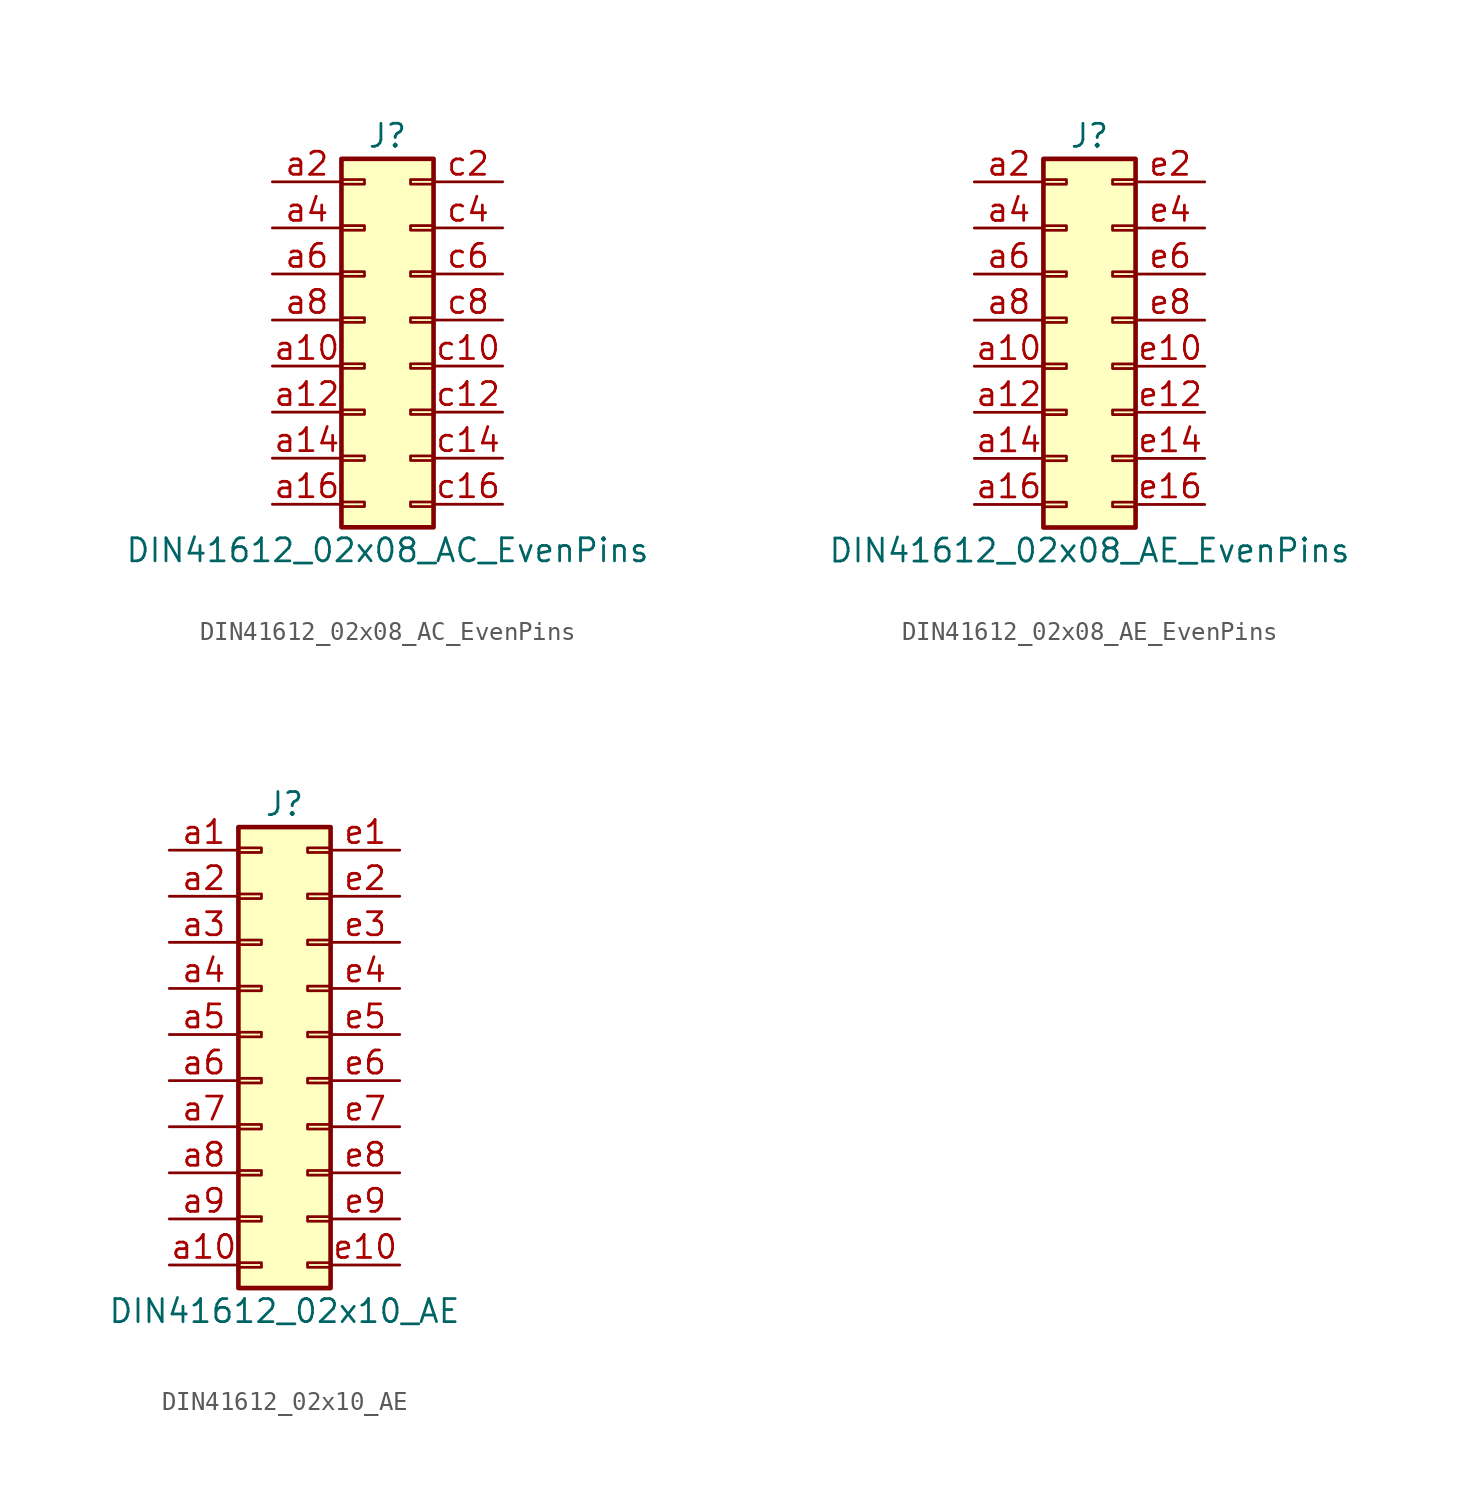
<source format=kicad_sym>
(kicad_symbol_lib
  (version 20211014)
  (generator kicad_symbol_editor)
  (symbol "DIN41612_02x08_AC_EvenPins"
    (pin_names
      (offset 1.016) hide)
    (property "Reference" "J"
      (at 1.27 10.16 0)
      (effects (font (size 1.27 1.27))))
    (property "Value" "DIN41612_02x08_AC_EvenPins"
      (at 1.27 -12.7 0)
      (effects (font (size 1.27 1.27))))
    (symbol "DIN41612_02x08_AC_EvenPins_1_1"
      (rectangle (start -1.27 -10.033) (end 0 -10.287) (stroke (width 0.152) (type default) (color 0 0 0 0)) (fill (type none)))
      (rectangle (start -1.27 -7.493) (end 0 -7.747) (stroke (width 0.152) (type default) (color 0 0 0 0)) (fill (type none)))
      (rectangle (start -1.27 -4.953) (end 0 -5.207) (stroke (width 0.152) (type default) (color 0 0 0 0)) (fill (type none)))
      (rectangle (start -1.27 -2.413) (end 0 -2.667) (stroke (width 0.152) (type default) (color 0 0 0 0)) (fill (type none)))
      (rectangle (start -1.27 0.127) (end 0 -0.127) (stroke (width 0.152) (type default) (color 0 0 0 0)) (fill (type none)))
      (rectangle (start -1.27 2.667) (end 0 2.413) (stroke (width 0.152) (type default) (color 0 0 0 0)) (fill (type none)))
      (rectangle (start -1.27 5.207) (end 0 4.953) (stroke (width 0.152) (type default) (color 0 0 0 0)) (fill (type none)))
      (rectangle (start -1.27 7.747) (end 0 7.493) (stroke (width 0.152) (type default) (color 0 0 0 0)) (fill (type none)))
      (rectangle (start -1.27 8.89) (end 3.81 -11.43) (stroke (width 0.254) (type default) (color 0 0 0 0)) (fill (type background)))
      (rectangle (start 3.81 -10.033) (end 2.54 -10.287) (stroke (width 0.152) (type default) (color 0 0 0 0)) (fill (type none)))
      (rectangle (start 3.81 -7.493) (end 2.54 -7.747) (stroke (width 0.152) (type default) (color 0 0 0 0)) (fill (type none)))
      (rectangle (start 3.81 -4.953) (end 2.54 -5.207) (stroke (width 0.152) (type default) (color 0 0 0 0)) (fill (type none)))
      (rectangle (start 3.81 -2.413) (end 2.54 -2.667) (stroke (width 0.152) (type default) (color 0 0 0 0)) (fill (type none)))
      (rectangle (start 3.81 0.127) (end 2.54 -0.127) (stroke (width 0.152) (type default) (color 0 0 0 0)) (fill (type none)))
      (rectangle (start 3.81 2.667) (end 2.54 2.413) (stroke (width 0.152) (type default) (color 0 0 0 0)) (fill (type none)))
      (rectangle (start 3.81 5.207) (end 2.54 4.953) (stroke (width 0.152) (type default) (color 0 0 0 0)) (fill (type none)))
      (rectangle (start 3.81 7.747) (end 2.54 7.493) (stroke (width 0.152) (type default) (color 0 0 0 0)) (fill (type none)))
      (pin passive line (at -5.08 -2.54 0) (length 3.81) (name "Pin_a10" (effects (font (size 1.27 1.27)))) (number "a10" (effects (font (size 1.27 1.27)))))
      (pin passive line (at -5.08 -5.08 0) (length 3.81) (name "Pin_a12" (effects (font (size 1.27 1.27)))) (number "a12" (effects (font (size 1.27 1.27)))))
      (pin passive line (at -5.08 -7.62 0) (length 3.81) (name "Pin_a14" (effects (font (size 1.27 1.27)))) (number "a14" (effects (font (size 1.27 1.27)))))
      (pin passive line (at -5.08 -10.16 0) (length 3.81) (name "Pin_a16" (effects (font (size 1.27 1.27)))) (number "a16" (effects (font (size 1.27 1.27)))))
      (pin passive line (at -5.08 7.62 0) (length 3.81) (name "Pin_a2" (effects (font (size 1.27 1.27)))) (number "a2" (effects (font (size 1.27 1.27)))))
      (pin passive line (at -5.08 5.08 0) (length 3.81) (name "Pin_a4" (effects (font (size 1.27 1.27)))) (number "a4" (effects (font (size 1.27 1.27)))))
      (pin passive line (at -5.08 2.54 0) (length 3.81) (name "Pin_a6" (effects (font (size 1.27 1.27)))) (number "a6" (effects (font (size 1.27 1.27)))))
      (pin passive line (at -5.08 0 0) (length 3.81) (name "Pin_a8" (effects (font (size 1.27 1.27)))) (number "a8" (effects (font (size 1.27 1.27)))))
      (pin passive line (at 7.62 -2.54 180) (length 3.81) (name "Pin_c10" (effects (font (size 1.27 1.27)))) (number "c10" (effects (font (size 1.27 1.27)))))
      (pin passive line (at 7.62 -5.08 180) (length 3.81) (name "Pin_c12" (effects (font (size 1.27 1.27)))) (number "c12" (effects (font (size 1.27 1.27)))))
      (pin passive line (at 7.62 -7.62 180) (length 3.81) (name "Pin_c14" (effects (font (size 1.27 1.27)))) (number "c14" (effects (font (size 1.27 1.27)))))
      (pin passive line (at 7.62 -10.16 180) (length 3.81) (name "Pin_c16" (effects (font (size 1.27 1.27)))) (number "c16" (effects (font (size 1.27 1.27)))))
      (pin passive line (at 7.62 7.62 180) (length 3.81) (name "Pin_c2" (effects (font (size 1.27 1.27)))) (number "c2" (effects (font (size 1.27 1.27)))))
      (pin passive line (at 7.62 5.08 180) (length 3.81) (name "Pin_c4" (effects (font (size 1.27 1.27)))) (number "c4" (effects (font (size 1.27 1.27)))))
      (pin passive line (at 7.62 2.54 180) (length 3.81) (name "Pin_c6" (effects (font (size 1.27 1.27)))) (number "c6" (effects (font (size 1.27 1.27)))))
      (pin passive line (at 7.62 0 180) (length 3.81) (name "Pin_c8" (effects (font (size 1.27 1.27)))) (number "c8" (effects (font (size 1.27 1.27)))))))
  (symbol "DIN41612_02x08_AE_EvenPins"
    (pin_names
      (offset 1.016) hide)
    (property "Reference" "J"
      (at 1.27 10.16 0)
      (effects (font (size 1.27 1.27))))
    (property "Value" "DIN41612_02x08_AE_EvenPins"
      (at 1.27 -12.7 0)
      (effects (font (size 1.27 1.27))))
    (symbol "DIN41612_02x08_AE_EvenPins_1_1"
      (rectangle (start -1.27 -10.033) (end 0 -10.287) (stroke (width 0.152) (type default) (color 0 0 0 0)) (fill (type none)))
      (rectangle (start -1.27 -7.493) (end 0 -7.747) (stroke (width 0.152) (type default) (color 0 0 0 0)) (fill (type none)))
      (rectangle (start -1.27 -4.953) (end 0 -5.207) (stroke (width 0.152) (type default) (color 0 0 0 0)) (fill (type none)))
      (rectangle (start -1.27 -2.413) (end 0 -2.667) (stroke (width 0.152) (type default) (color 0 0 0 0)) (fill (type none)))
      (rectangle (start -1.27 0.127) (end 0 -0.127) (stroke (width 0.152) (type default) (color 0 0 0 0)) (fill (type none)))
      (rectangle (start -1.27 2.667) (end 0 2.413) (stroke (width 0.152) (type default) (color 0 0 0 0)) (fill (type none)))
      (rectangle (start -1.27 5.207) (end 0 4.953) (stroke (width 0.152) (type default) (color 0 0 0 0)) (fill (type none)))
      (rectangle (start -1.27 7.747) (end 0 7.493) (stroke (width 0.152) (type default) (color 0 0 0 0)) (fill (type none)))
      (rectangle (start -1.27 8.89) (end 3.81 -11.43) (stroke (width 0.254) (type default) (color 0 0 0 0)) (fill (type background)))
      (rectangle (start 3.81 -10.033) (end 2.54 -10.287) (stroke (width 0.152) (type default) (color 0 0 0 0)) (fill (type none)))
      (rectangle (start 3.81 -7.493) (end 2.54 -7.747) (stroke (width 0.152) (type default) (color 0 0 0 0)) (fill (type none)))
      (rectangle (start 3.81 -4.953) (end 2.54 -5.207) (stroke (width 0.152) (type default) (color 0 0 0 0)) (fill (type none)))
      (rectangle (start 3.81 -2.413) (end 2.54 -2.667) (stroke (width 0.152) (type default) (color 0 0 0 0)) (fill (type none)))
      (rectangle (start 3.81 0.127) (end 2.54 -0.127) (stroke (width 0.152) (type default) (color 0 0 0 0)) (fill (type none)))
      (rectangle (start 3.81 2.667) (end 2.54 2.413) (stroke (width 0.152) (type default) (color 0 0 0 0)) (fill (type none)))
      (rectangle (start 3.81 5.207) (end 2.54 4.953) (stroke (width 0.152) (type default) (color 0 0 0 0)) (fill (type none)))
      (rectangle (start 3.81 7.747) (end 2.54 7.493) (stroke (width 0.152) (type default) (color 0 0 0 0)) (fill (type none)))
      (pin passive line (at -5.08 -2.54 0) (length 3.81) (name "Pin_a10" (effects (font (size 1.27 1.27)))) (number "a10" (effects (font (size 1.27 1.27)))))
      (pin passive line (at -5.08 -5.08 0) (length 3.81) (name "Pin_a12" (effects (font (size 1.27 1.27)))) (number "a12" (effects (font (size 1.27 1.27)))))
      (pin passive line (at -5.08 -7.62 0) (length 3.81) (name "Pin_a14" (effects (font (size 1.27 1.27)))) (number "a14" (effects (font (size 1.27 1.27)))))
      (pin passive line (at -5.08 -10.16 0) (length 3.81) (name "Pin_a16" (effects (font (size 1.27 1.27)))) (number "a16" (effects (font (size 1.27 1.27)))))
      (pin passive line (at -5.08 7.62 0) (length 3.81) (name "Pin_a2" (effects (font (size 1.27 1.27)))) (number "a2" (effects (font (size 1.27 1.27)))))
      (pin passive line (at -5.08 5.08 0) (length 3.81) (name "Pin_a4" (effects (font (size 1.27 1.27)))) (number "a4" (effects (font (size 1.27 1.27)))))
      (pin passive line (at -5.08 2.54 0) (length 3.81) (name "Pin_a6" (effects (font (size 1.27 1.27)))) (number "a6" (effects (font (size 1.27 1.27)))))
      (pin passive line (at -5.08 0 0) (length 3.81) (name "Pin_a8" (effects (font (size 1.27 1.27)))) (number "a8" (effects (font (size 1.27 1.27)))))
      (pin passive line (at 7.62 -2.54 180) (length 3.81) (name "Pin_e10" (effects (font (size 1.27 1.27)))) (number "e10" (effects (font (size 1.27 1.27)))))
      (pin passive line (at 7.62 -5.08 180) (length 3.81) (name "Pin_e12" (effects (font (size 1.27 1.27)))) (number "e12" (effects (font (size 1.27 1.27)))))
      (pin passive line (at 7.62 -7.62 180) (length 3.81) (name "Pin_e14" (effects (font (size 1.27 1.27)))) (number "e14" (effects (font (size 1.27 1.27)))))
      (pin passive line (at 7.62 -10.16 180) (length 3.81) (name "Pin_e16" (effects (font (size 1.27 1.27)))) (number "e16" (effects (font (size 1.27 1.27)))))
      (pin passive line (at 7.62 7.62 180) (length 3.81) (name "Pin_e2" (effects (font (size 1.27 1.27)))) (number "e2" (effects (font (size 1.27 1.27)))))
      (pin passive line (at 7.62 5.08 180) (length 3.81) (name "Pin_e4" (effects (font (size 1.27 1.27)))) (number "e4" (effects (font (size 1.27 1.27)))))
      (pin passive line (at 7.62 2.54 180) (length 3.81) (name "Pin_e6" (effects (font (size 1.27 1.27)))) (number "e6" (effects (font (size 1.27 1.27)))))
      (pin passive line (at 7.62 0 180) (length 3.81) (name "Pin_e8" (effects (font (size 1.27 1.27)))) (number "e8" (effects (font (size 1.27 1.27)))))))
  (symbol "DIN41612_02x10_AE"
    (pin_names
      (offset 1.016) hide)
    (property "Reference" "J"
      (at 1.27 12.7 0)
      (effects (font (size 1.27 1.27))))
    (property "Value" "DIN41612_02x10_AE"
      (at 1.27 -15.24 0)
      (effects (font (size 1.27 1.27))))
    (symbol "DIN41612_02x10_AE_1_1"
      (rectangle (start -1.27 -12.573) (end 0 -12.827) (stroke (width 0.152) (type default) (color 0 0 0 0)) (fill (type none)))
      (rectangle (start -1.27 -10.033) (end 0 -10.287) (stroke (width 0.152) (type default) (color 0 0 0 0)) (fill (type none)))
      (rectangle (start -1.27 -7.493) (end 0 -7.747) (stroke (width 0.152) (type default) (color 0 0 0 0)) (fill (type none)))
      (rectangle (start -1.27 -4.953) (end 0 -5.207) (stroke (width 0.152) (type default) (color 0 0 0 0)) (fill (type none)))
      (rectangle (start -1.27 -2.413) (end 0 -2.667) (stroke (width 0.152) (type default) (color 0 0 0 0)) (fill (type none)))
      (rectangle (start -1.27 0.127) (end 0 -0.127) (stroke (width 0.152) (type default) (color 0 0 0 0)) (fill (type none)))
      (rectangle (start -1.27 2.667) (end 0 2.413) (stroke (width 0.152) (type default) (color 0 0 0 0)) (fill (type none)))
      (rectangle (start -1.27 5.207) (end 0 4.953) (stroke (width 0.152) (type default) (color 0 0 0 0)) (fill (type none)))
      (rectangle (start -1.27 7.747) (end 0 7.493) (stroke (width 0.152) (type default) (color 0 0 0 0)) (fill (type none)))
      (rectangle (start -1.27 10.287) (end 0 10.033) (stroke (width 0.152) (type default) (color 0 0 0 0)) (fill (type none)))
      (rectangle (start -1.27 11.43) (end 3.81 -13.97) (stroke (width 0.254) (type default) (color 0 0 0 0)) (fill (type background)))
      (rectangle (start 3.81 -12.573) (end 2.54 -12.827) (stroke (width 0.152) (type default) (color 0 0 0 0)) (fill (type none)))
      (rectangle (start 3.81 -10.033) (end 2.54 -10.287) (stroke (width 0.152) (type default) (color 0 0 0 0)) (fill (type none)))
      (rectangle (start 3.81 -7.493) (end 2.54 -7.747) (stroke (width 0.152) (type default) (color 0 0 0 0)) (fill (type none)))
      (rectangle (start 3.81 -4.953) (end 2.54 -5.207) (stroke (width 0.152) (type default) (color 0 0 0 0)) (fill (type none)))
      (rectangle (start 3.81 -2.413) (end 2.54 -2.667) (stroke (width 0.152) (type default) (color 0 0 0 0)) (fill (type none)))
      (rectangle (start 3.81 0.127) (end 2.54 -0.127) (stroke (width 0.152) (type default) (color 0 0 0 0)) (fill (type none)))
      (rectangle (start 3.81 2.667) (end 2.54 2.413) (stroke (width 0.152) (type default) (color 0 0 0 0)) (fill (type none)))
      (rectangle (start 3.81 5.207) (end 2.54 4.953) (stroke (width 0.152) (type default) (color 0 0 0 0)) (fill (type none)))
      (rectangle (start 3.81 7.747) (end 2.54 7.493) (stroke (width 0.152) (type default) (color 0 0 0 0)) (fill (type none)))
      (rectangle (start 3.81 10.287) (end 2.54 10.033) (stroke (width 0.152) (type default) (color 0 0 0 0)) (fill (type none)))
      (pin passive line (at -5.08 10.16 0) (length 3.81) (name "Pin_a1" (effects (font (size 1.27 1.27)))) (number "a1" (effects (font (size 1.27 1.27)))))
      (pin passive line (at -5.08 -12.7 0) (length 3.81) (name "Pin_a10" (effects (font (size 1.27 1.27)))) (number "a10" (effects (font (size 1.27 1.27)))))
      (pin passive line (at -5.08 7.62 0) (length 3.81) (name "Pin_a2" (effects (font (size 1.27 1.27)))) (number "a2" (effects (font (size 1.27 1.27)))))
      (pin passive line (at -5.08 5.08 0) (length 3.81) (name "Pin_a3" (effects (font (size 1.27 1.27)))) (number "a3" (effects (font (size 1.27 1.27)))))
      (pin passive line (at -5.08 2.54 0) (length 3.81) (name "Pin_a4" (effects (font (size 1.27 1.27)))) (number "a4" (effects (font (size 1.27 1.27)))))
      (pin passive line (at -5.08 0 0) (length 3.81) (name "Pin_a5" (effects (font (size 1.27 1.27)))) (number "a5" (effects (font (size 1.27 1.27)))))
      (pin passive line (at -5.08 -2.54 0) (length 3.81) (name "Pin_a6" (effects (font (size 1.27 1.27)))) (number "a6" (effects (font (size 1.27 1.27)))))
      (pin passive line (at -5.08 -5.08 0) (length 3.81) (name "Pin_a7" (effects (font (size 1.27 1.27)))) (number "a7" (effects (font (size 1.27 1.27)))))
      (pin passive line (at -5.08 -7.62 0) (length 3.81) (name "Pin_a8" (effects (font (size 1.27 1.27)))) (number "a8" (effects (font (size 1.27 1.27)))))
      (pin passive line (at -5.08 -10.16 0) (length 3.81) (name "Pin_a9" (effects (font (size 1.27 1.27)))) (number "a9" (effects (font (size 1.27 1.27)))))
      (pin passive line (at 7.62 10.16 180) (length 3.81) (name "Pin_e1" (effects (font (size 1.27 1.27)))) (number "e1" (effects (font (size 1.27 1.27)))))
      (pin passive line (at 7.62 -12.7 180) (length 3.81) (name "Pin_e10" (effects (font (size 1.27 1.27)))) (number "e10" (effects (font (size 1.27 1.27)))))
      (pin passive line (at 7.62 7.62 180) (length 3.81) (name "Pin_e2" (effects (font (size 1.27 1.27)))) (number "e2" (effects (font (size 1.27 1.27)))))
      (pin passive line (at 7.62 5.08 180) (length 3.81) (name "Pin_e3" (effects (font (size 1.27 1.27)))) (number "e3" (effects (font (size 1.27 1.27)))))
      (pin passive line (at 7.62 2.54 180) (length 3.81) (name "Pin_e4" (effects (font (size 1.27 1.27)))) (number "e4" (effects (font (size 1.27 1.27)))))
      (pin passive line (at 7.62 0 180) (length 3.81) (name "Pin_e5" (effects (font (size 1.27 1.27)))) (number "e5" (effects (font (size 1.27 1.27)))))
      (pin passive line (at 7.62 -2.54 180) (length 3.81) (name "Pin_e6" (effects (font (size 1.27 1.27)))) (number "e6" (effects (font (size 1.27 1.27)))))
      (pin passive line (at 7.62 -5.08 180) (length 3.81) (name "Pin_e7" (effects (font (size 1.27 1.27)))) (number "e7" (effects (font (size 1.27 1.27)))))
      (pin passive line (at 7.62 -7.62 180) (length 3.81) (name "Pin_e8" (effects (font (size 1.27 1.27)))) (number "e8" (effects (font (size 1.27 1.27)))))
      (pin passive line (at 7.62 -10.16 180) (length 3.81) (name "Pin_e9" (effects (font (size 1.27 1.27)))) (number "e9" (effects (font (size 1.27 1.27))))))))
</source>
